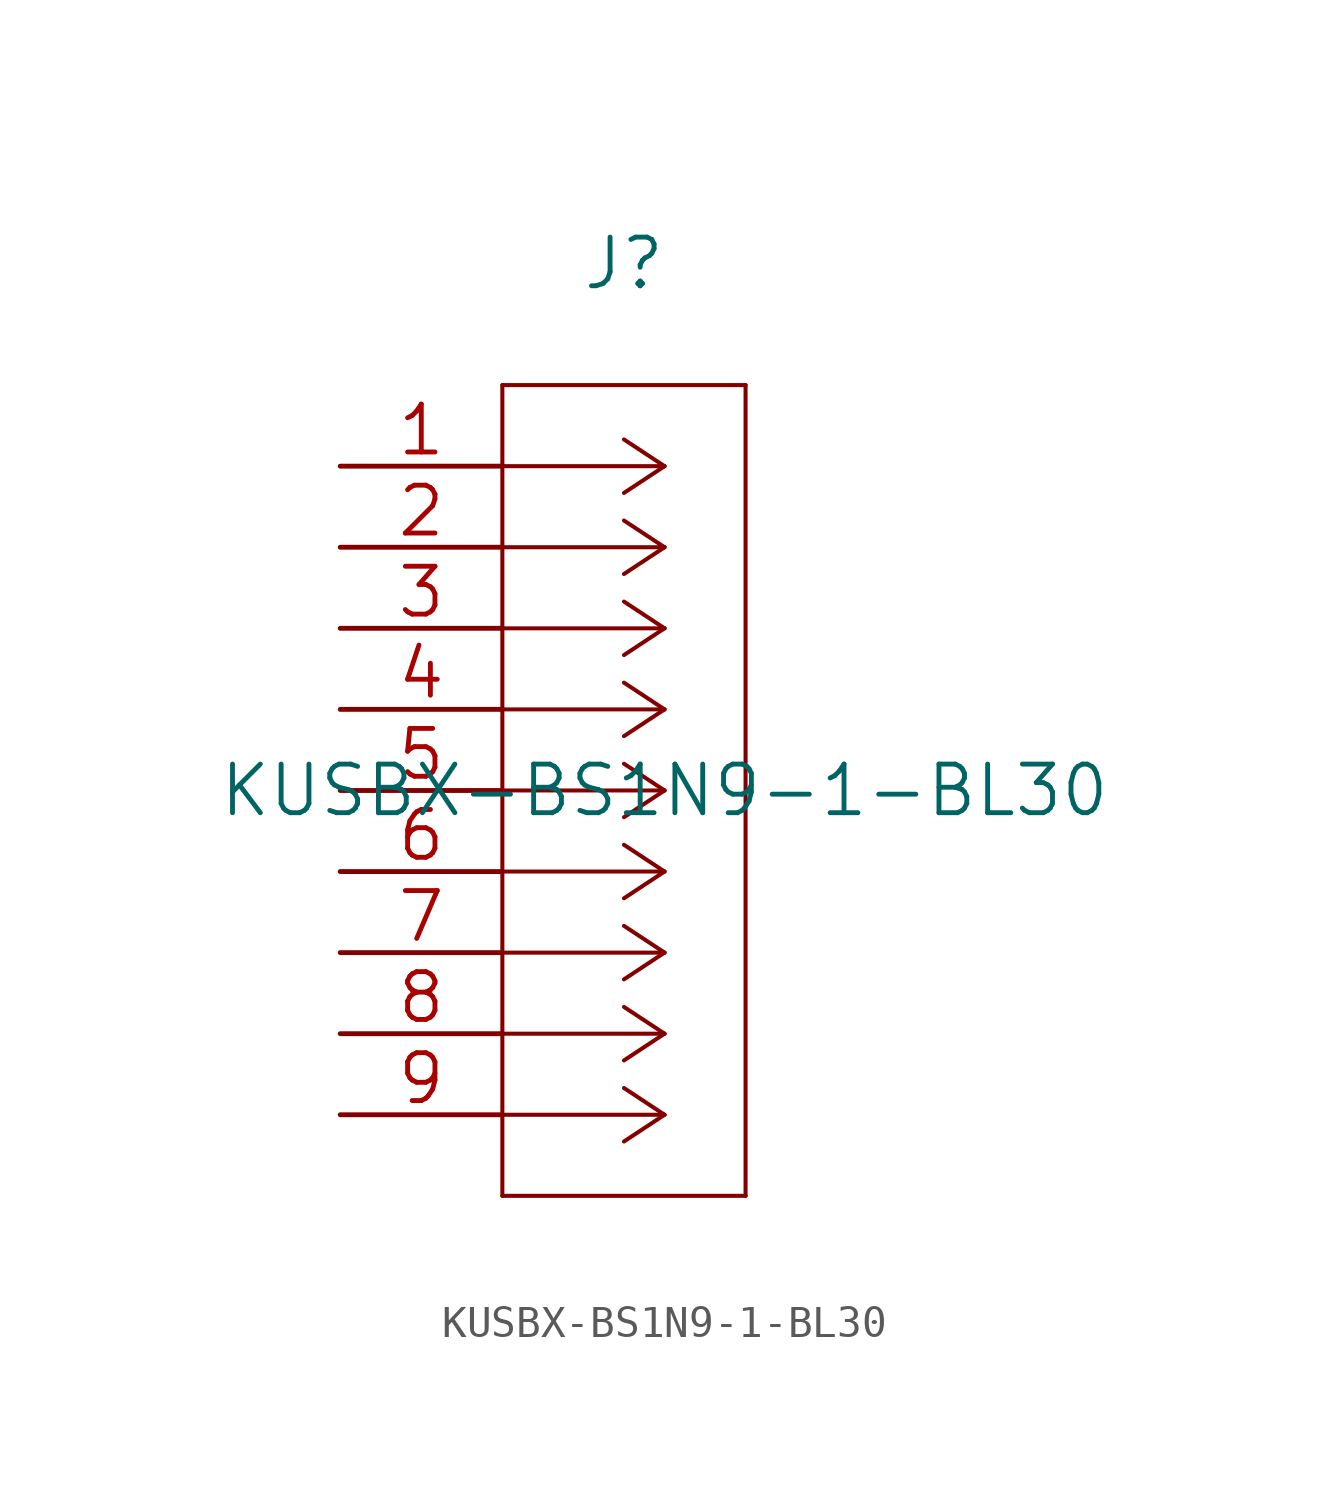
<source format=kicad_sym>
(kicad_symbol_lib
  (version 20220914)
  (generator kicad_symbol_editor)
  (symbol "KUSBX-BS1N9-1-BL30"
    (pin_names
      (offset 0.254) hide)
    (property "Reference" "J"
      (at 8.89 6.35 0)
      (effects (font (size 1.524 1.524))))
    (property "Value" "KUSBX-BS1N9-1-BL30"
      (at 10.16 -10.16 0)
      (effects (font (size 1.524 1.524))))
    (property "Datasheet" ""
      (at 0 0 0)
      (effects (font (size 1.524 1.524))))
    (symbol "KUSBX-BS1N9-1-BL30_1_1"
      (polyline (pts (xy 5.08 -22.86) (xy 12.7 -22.86)) (stroke (width 0.127) (type solid)) (fill (type none)))
      (polyline (pts (xy 5.08 2.54) (xy 5.08 -22.86)) (stroke (width 0.127) (type solid)) (fill (type none)))
      (polyline (pts (xy 10.16 -20.32) (xy 5.08 -20.32)) (stroke (width 0.127) (type solid)) (fill (type none)))
      (polyline (pts (xy 10.16 -20.32) (xy 8.89 -21.158)) (stroke (width 0.127) (type solid)) (fill (type none)))
      (polyline (pts (xy 10.16 -20.32) (xy 8.89 -19.482)) (stroke (width 0.127) (type solid)) (fill (type none)))
      (polyline (pts (xy 10.16 -17.78) (xy 5.08 -17.78)) (stroke (width 0.127) (type solid)) (fill (type none)))
      (polyline (pts (xy 10.16 -17.78) (xy 8.89 -18.618)) (stroke (width 0.127) (type solid)) (fill (type none)))
      (polyline (pts (xy 10.16 -17.78) (xy 8.89 -16.942)) (stroke (width 0.127) (type solid)) (fill (type none)))
      (polyline (pts (xy 10.16 -15.24) (xy 5.08 -15.24)) (stroke (width 0.127) (type solid)) (fill (type none)))
      (polyline (pts (xy 10.16 -15.24) (xy 8.89 -16.078)) (stroke (width 0.127) (type solid)) (fill (type none)))
      (polyline (pts (xy 10.16 -15.24) (xy 8.89 -14.402)) (stroke (width 0.127) (type solid)) (fill (type none)))
      (polyline (pts (xy 10.16 -12.7) (xy 5.08 -12.7)) (stroke (width 0.127) (type solid)) (fill (type none)))
      (polyline (pts (xy 10.16 -12.7) (xy 8.89 -13.538)) (stroke (width 0.127) (type solid)) (fill (type none)))
      (polyline (pts (xy 10.16 -12.7) (xy 8.89 -11.862)) (stroke (width 0.127) (type solid)) (fill (type none)))
      (polyline (pts (xy 10.16 -10.16) (xy 5.08 -10.16)) (stroke (width 0.127) (type solid)) (fill (type none)))
      (polyline (pts (xy 10.16 -10.16) (xy 8.89 -10.998)) (stroke (width 0.127) (type solid)) (fill (type none)))
      (polyline (pts (xy 10.16 -10.16) (xy 8.89 -9.322)) (stroke (width 0.127) (type solid)) (fill (type none)))
      (polyline (pts (xy 10.16 -7.62) (xy 5.08 -7.62)) (stroke (width 0.127) (type solid)) (fill (type none)))
      (polyline (pts (xy 10.16 -7.62) (xy 8.89 -8.458)) (stroke (width 0.127) (type solid)) (fill (type none)))
      (polyline (pts (xy 10.16 -7.62) (xy 8.89 -6.782)) (stroke (width 0.127) (type solid)) (fill (type none)))
      (polyline (pts (xy 10.16 -5.08) (xy 5.08 -5.08)) (stroke (width 0.127) (type solid)) (fill (type none)))
      (polyline (pts (xy 10.16 -5.08) (xy 8.89 -5.918)) (stroke (width 0.127) (type solid)) (fill (type none)))
      (polyline (pts (xy 10.16 -5.08) (xy 8.89 -4.242)) (stroke (width 0.127) (type solid)) (fill (type none)))
      (polyline (pts (xy 10.16 -2.54) (xy 5.08 -2.54)) (stroke (width 0.127) (type solid)) (fill (type none)))
      (polyline (pts (xy 10.16 -2.54) (xy 8.89 -3.378)) (stroke (width 0.127) (type solid)) (fill (type none)))
      (polyline (pts (xy 10.16 -2.54) (xy 8.89 -1.702)) (stroke (width 0.127) (type solid)) (fill (type none)))
      (polyline (pts (xy 10.16 0) (xy 5.08 0)) (stroke (width 0.127) (type solid)) (fill (type none)))
      (polyline (pts (xy 10.16 0) (xy 8.89 -0.838)) (stroke (width 0.127) (type solid)) (fill (type none)))
      (polyline (pts (xy 10.16 0) (xy 8.89 0.838)) (stroke (width 0.127) (type solid)) (fill (type none)))
      (polyline (pts (xy 12.7 -22.86) (xy 12.7 2.54)) (stroke (width 0.127) (type solid)) (fill (type none)))
      (polyline (pts (xy 12.7 2.54) (xy 5.08 2.54)) (stroke (width 0.127) (type solid)) (fill (type none)))
      (pin unspecified line (at 0 0 0) (length 5.08) (name "VBUS" (effects (font (size 1.499 1.499)))) (number "1" (effects (font (size 1.499 1.499)))))
      (pin unspecified line (at 0 -2.54 0) (length 5.08) (name "D-" (effects (font (size 1.499 1.499)))) (number "2" (effects (font (size 1.499 1.499)))))
      (pin unspecified line (at 0 -5.08 0) (length 5.08) (name "D+" (effects (font (size 1.499 1.499)))) (number "3" (effects (font (size 1.499 1.499)))))
      (pin unspecified line (at 0 -7.62 0) (length 5.08) (name "GND" (effects (font (size 1.499 1.499)))) (number "4" (effects (font (size 1.499 1.499)))))
      (pin unspecified line (at 0 -10.16 0) (length 5.08) (name "STDB_SSTX-" (effects (font (size 1.499 1.499)))) (number "5" (effects (font (size 1.499 1.499)))))
      (pin unspecified line (at 0 -12.7 0) (length 5.08) (name "STDB_SSTX+" (effects (font (size 1.499 1.499)))) (number "6" (effects (font (size 1.499 1.499)))))
      (pin unspecified line (at 0 -15.24 0) (length 5.08) (name "GND-DRAIN" (effects (font (size 1.499 1.499)))) (number "7" (effects (font (size 1.499 1.499)))))
      (pin unspecified line (at 0 -17.78 0) (length 5.08) (name "STDB_SSRX-" (effects (font (size 1.499 1.499)))) (number "8" (effects (font (size 1.499 1.499)))))
      (pin unspecified line (at 0 -20.32 0) (length 5.08) (name "STDB_SSRX+" (effects (font (size 1.499 1.499)))) (number "9" (effects (font (size 1.499 1.499))))))))
</source>
